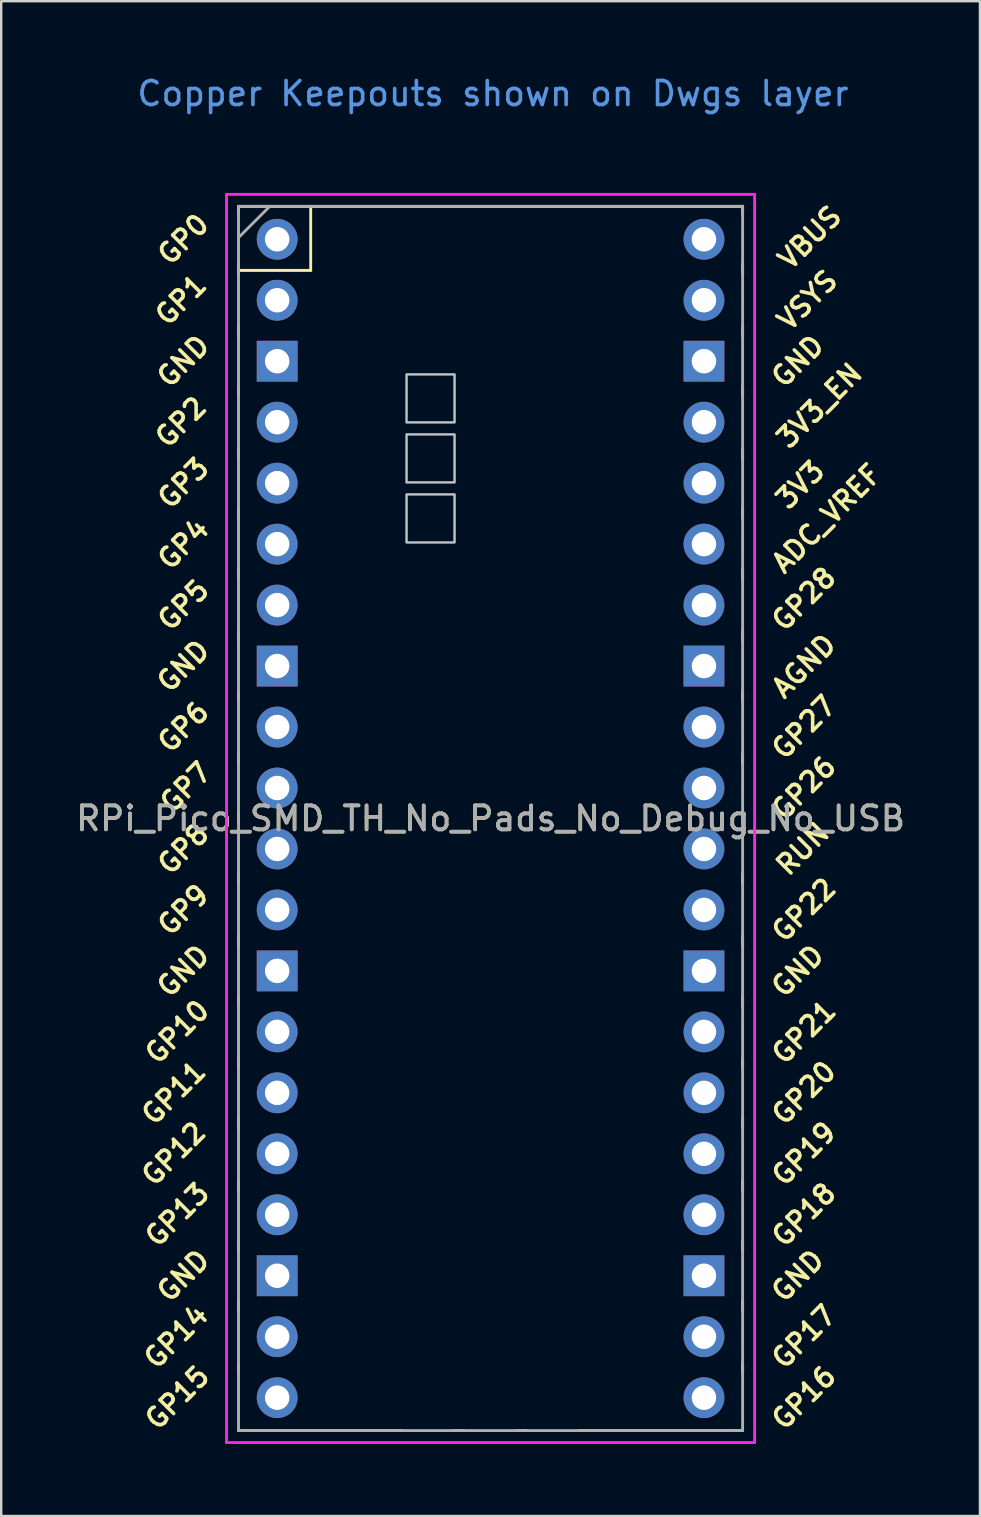
<source format=kicad_pcb>
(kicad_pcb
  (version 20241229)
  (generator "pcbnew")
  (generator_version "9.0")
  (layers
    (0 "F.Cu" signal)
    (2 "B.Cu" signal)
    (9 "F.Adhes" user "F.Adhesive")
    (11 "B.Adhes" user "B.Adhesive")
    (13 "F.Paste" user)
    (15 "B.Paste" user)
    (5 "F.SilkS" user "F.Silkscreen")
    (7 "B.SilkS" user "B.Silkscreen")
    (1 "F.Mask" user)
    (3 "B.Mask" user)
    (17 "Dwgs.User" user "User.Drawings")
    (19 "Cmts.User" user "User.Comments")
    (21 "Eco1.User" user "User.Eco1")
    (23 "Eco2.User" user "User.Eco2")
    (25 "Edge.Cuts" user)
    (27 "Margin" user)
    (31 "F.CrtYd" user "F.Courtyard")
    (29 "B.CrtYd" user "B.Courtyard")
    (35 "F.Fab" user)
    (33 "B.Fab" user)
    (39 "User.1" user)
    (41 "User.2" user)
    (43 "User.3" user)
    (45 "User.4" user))
  (footprint "RPi_Pico_SMD_TH_No_Pads_No_Debug_No_USB"
    (layer "F.Cu")
    (at 17.387 31.048)
    (property "Reference" "RPi_Pico_SMD_TH_No_Pads_No_Debug_No_USB" (at 0 0 0) (layer "F.SilkS") (effects (font (size 1 1) (thickness 0.15))))
    (attr through_hole)
    (fp_line (start -10.5 -25.5) (end -10.5 -25.2) (stroke (width 0.12) (type solid)) (layer "F.SilkS"))
    (fp_line (start -10.5 -25.5) (end 10.5 -25.5) (stroke (width 0.12) (type solid)) (layer "F.SilkS"))
    (fp_line (start -10.5 -23.1) (end -10.5 -22.7) (stroke (width 0.12) (type solid)) (layer "F.SilkS"))
    (fp_line (start -10.5 -22.833) (end -7.493 -22.833) (stroke (width 0.12) (type solid)) (layer "F.SilkS"))
    (fp_line (start -10.5 -20.5) (end -10.5 -20.1) (stroke (width 0.12) (type solid)) (layer "F.SilkS"))
    (fp_line (start -10.5 -18) (end -10.5 -17.6) (stroke (width 0.12) (type solid)) (layer "F.SilkS"))
    (fp_line (start -10.5 -15.4) (end -10.5 -15) (stroke (width 0.12) (type solid)) (layer "F.SilkS"))
    (fp_line (start -10.5 -12.9) (end -10.5 -12.5) (stroke (width 0.12) (type solid)) (layer "F.SilkS"))
    (fp_line (start -10.5 -10.4) (end -10.5 -10) (stroke (width 0.12) (type solid)) (layer "F.SilkS"))
    (fp_line (start -10.5 -7.8) (end -10.5 -7.4) (stroke (width 0.12) (type solid)) (layer "F.SilkS"))
    (fp_line (start -10.5 -5.3) (end -10.5 -4.9) (stroke (width 0.12) (type solid)) (layer "F.SilkS"))
    (fp_line (start -10.5 -2.7) (end -10.5 -2.3) (stroke (width 0.12) (type solid)) (layer "F.SilkS"))
    (fp_line (start -10.5 -0.2) (end -10.5 0.2) (stroke (width 0.12) (type solid)) (layer "F.SilkS"))
    (fp_line (start -10.5 2.3) (end -10.5 2.7) (stroke (width 0.12) (type solid)) (layer "F.SilkS"))
    (fp_line (start -10.5 4.9) (end -10.5 5.3) (stroke (width 0.12) (type solid)) (layer "F.SilkS"))
    (fp_line (start -10.5 7.4) (end -10.5 7.8) (stroke (width 0.12) (type solid)) (layer "F.SilkS"))
    (fp_line (start -10.5 10) (end -10.5 10.4) (stroke (width 0.12) (type solid)) (layer "F.SilkS"))
    (fp_line (start -10.5 12.5) (end -10.5 12.9) (stroke (width 0.12) (type solid)) (layer "F.SilkS"))
    (fp_line (start -10.5 15.1) (end -10.5 15.5) (stroke (width 0.12) (type solid)) (layer "F.SilkS"))
    (fp_line (start -10.5 17.6) (end -10.5 18) (stroke (width 0.12) (type solid)) (layer "F.SilkS"))
    (fp_line (start -10.5 20.1) (end -10.5 20.5) (stroke (width 0.12) (type solid)) (layer "F.SilkS"))
    (fp_line (start -10.5 22.7) (end -10.5 23.1) (stroke (width 0.12) (type solid)) (layer "F.SilkS"))
    (fp_line (start -7.493 -22.833) (end -7.493 -25.5) (stroke (width 0.12) (type solid)) (layer "F.SilkS"))
    (fp_line (start -3.7 25.5) (end -10.5 25.5) (stroke (width 0.12) (type solid)) (layer "F.SilkS"))
    (fp_line (start -1.5 25.5) (end -1.1 25.5) (stroke (width 0.12) (type solid)) (layer "F.SilkS"))
    (fp_line (start 1.1 25.5) (end 1.5 25.5) (stroke (width 0.12) (type solid)) (layer "F.SilkS"))
    (fp_line (start 10.5 -25.5) (end 10.5 -25.2) (stroke (width 0.12) (type solid)) (layer "F.SilkS"))
    (fp_line (start 10.5 -23.1) (end 10.5 -22.7) (stroke (width 0.12) (type solid)) (layer "F.SilkS"))
    (fp_line (start 10.5 -20.5) (end 10.5 -20.1) (stroke (width 0.12) (type solid)) (layer "F.SilkS"))
    (fp_line (start 10.5 -18) (end 10.5 -17.6) (stroke (width 0.12) (type solid)) (layer "F.SilkS"))
    (fp_line (start 10.5 -15.4) (end 10.5 -15) (stroke (width 0.12) (type solid)) (layer "F.SilkS"))
    (fp_line (start 10.5 -12.9) (end 10.5 -12.5) (stroke (width 0.12) (type solid)) (layer "F.SilkS"))
    (fp_line (start 10.5 -10.4) (end 10.5 -10) (stroke (width 0.12) (type solid)) (layer "F.SilkS"))
    (fp_line (start 10.5 -7.8) (end 10.5 -7.4) (stroke (width 0.12) (type solid)) (layer "F.SilkS"))
    (fp_line (start 10.5 -5.3) (end 10.5 -4.9) (stroke (width 0.12) (type solid)) (layer "F.SilkS"))
    (fp_line (start 10.5 -2.7) (end 10.5 -2.3) (stroke (width 0.12) (type solid)) (layer "F.SilkS"))
    (fp_line (start 10.5 -0.2) (end 10.5 0.2) (stroke (width 0.12) (type solid)) (layer "F.SilkS"))
    (fp_line (start 10.5 2.3) (end 10.5 2.7) (stroke (width 0.12) (type solid)) (layer "F.SilkS"))
    (fp_line (start 10.5 4.9) (end 10.5 5.3) (stroke (width 0.12) (type solid)) (layer "F.SilkS"))
    (fp_line (start 10.5 7.4) (end 10.5 7.8) (stroke (width 0.12) (type solid)) (layer "F.SilkS"))
    (fp_line (start 10.5 10) (end 10.5 10.4) (stroke (width 0.12) (type solid)) (layer "F.SilkS"))
    (fp_line (start 10.5 12.5) (end 10.5 12.9) (stroke (width 0.12) (type solid)) (layer "F.SilkS"))
    (fp_line (start 10.5 15.1) (end 10.5 15.5) (stroke (width 0.12) (type solid)) (layer "F.SilkS"))
    (fp_line (start 10.5 17.6) (end 10.5 18) (stroke (width 0.12) (type solid)) (layer "F.SilkS"))
    (fp_line (start 10.5 20.1) (end 10.5 20.5) (stroke (width 0.12) (type solid)) (layer "F.SilkS"))
    (fp_line (start 10.5 22.7) (end 10.5 23.1) (stroke (width 0.12) (type solid)) (layer "F.SilkS"))
    (fp_line (start 10.5 25.5) (end 3.7 25.5) (stroke (width 0.12) (type solid)) (layer "F.SilkS"))
    (fp_poly (pts (xy -1.5 -16.5) (xy -3.5 -16.5) (xy -3.5 -18.5) (xy -1.5 -18.5)) (stroke (width 0.1) (type solid)) (fill no) (layer "Dwgs.User"))
    (fp_poly (pts (xy -1.5 -14) (xy -3.5 -14) (xy -3.5 -16) (xy -1.5 -16)) (stroke (width 0.1) (type solid)) (fill no) (layer "Dwgs.User"))
    (fp_poly (pts (xy -1.5 -11.5) (xy -3.5 -11.5) (xy -3.5 -13.5) (xy -1.5 -13.5)) (stroke (width 0.1) (type solid)) (fill no) (layer "Dwgs.User"))
    (fp_line (start -11 -26) (end 11 -26) (stroke (width 0.12) (type solid)) (layer "F.CrtYd"))
    (fp_line (start -11 26) (end -11 -26) (stroke (width 0.12) (type solid)) (layer "F.CrtYd"))
    (fp_line (start 11 -26) (end 11 26) (stroke (width 0.12) (type solid)) (layer "F.CrtYd"))
    (fp_line (start 11 26) (end -11 26) (stroke (width 0.12) (type solid)) (layer "F.CrtYd"))
    (fp_line (start -10.5 -25.5) (end 10.5 -25.5) (stroke (width 0.12) (type solid)) (layer "F.Fab"))
    (fp_line (start -10.5 -24.2) (end -9.2 -25.5) (stroke (width 0.12) (type solid)) (layer "F.Fab"))
    (fp_line (start -10.5 25.5) (end -10.5 -25.5) (stroke (width 0.12) (type solid)) (layer "F.Fab"))
    (fp_line (start 10.5 -25.5) (end 10.5 25.5) (stroke (width 0.12) (type solid)) (layer "F.Fab"))
    (fp_line (start 10.5 25.5) (end -10.5 25.5) (stroke (width 0.12) (type solid)) (layer "F.Fab"))
    (fp_text user "VSYS" (at 13.2 -21.59 45) (layer "F.SilkS") (effects (font (size 0.8 0.8) (thickness 0.15))))
    (fp_text user "GP4" (at -12.8 -11.43 45) (layer "F.SilkS") (effects (font (size 0.8 0.8) (thickness 0.15))))
    (fp_text user "GP12" (at -13.2 13.97 45) (layer "F.SilkS") (effects (font (size 0.8 0.8) (thickness 0.15))))
    (fp_text user "GP15" (at -13.054 24.13 45) (layer "F.SilkS") (effects (font (size 0.8 0.8) (thickness 0.15))))
    (fp_text user "GP16" (at 13.054 24.13 45) (layer "F.SilkS") (effects (font (size 0.8 0.8) (thickness 0.15))))
    (fp_text user "GP8" (at -12.8 1.27 45) (layer "F.SilkS") (effects (font (size 0.8 0.8) (thickness 0.15))))
    (fp_text user "GND" (at 12.8 19.05 45) (layer "F.SilkS") (effects (font (size 0.8 0.8) (thickness 0.15))))
    (fp_text user "GND" (at 12.8 -19.05 45) (layer "F.SilkS") (effects (font (size 0.8 0.8) (thickness 0.15))))
    (fp_text user "GP20" (at 13.054 11.43 45) (layer "F.SilkS") (effects (font (size 0.8 0.8) (thickness 0.15))))
    (fp_text user "GND" (at -12.8 -19.05 45) (layer "F.SilkS") (effects (font (size 0.8 0.8) (thickness 0.15))))
    (fp_text user "GP17" (at 13.054 21.59 45) (layer "F.SilkS") (effects (font (size 0.8 0.8) (thickness 0.15))))
    (fp_text user "GP13" (at -13.054 16.51 45) (layer "F.SilkS") (effects (font (size 0.8 0.8) (thickness 0.15))))
    (fp_text user "GP18" (at 13.054 16.51 45) (layer "F.SilkS") (effects (font (size 0.8 0.8) (thickness 0.15))))
    (fp_text user "GP26" (at 13.054 -1.27 45) (layer "F.SilkS") (effects (font (size 0.8 0.8) (thickness 0.15))))
    (fp_text user "RUN" (at 13 1.27 45) (layer "F.SilkS") (effects (font (size 0.8 0.8) (thickness 0.15))))
    (fp_text user "GP6" (at -12.8 -3.81 45) (layer "F.SilkS") (effects (font (size 0.8 0.8) (thickness 0.15))))
    (fp_text user "GP19" (at 13.054 13.97 45) (layer "F.SilkS") (effects (font (size 0.8 0.8) (thickness 0.15))))
    (fp_text user "VBUS" (at 13.3 -24.2 45) (layer "F.SilkS") (effects (font (size 0.8 0.8) (thickness 0.15))))
    (fp_text user "AGND" (at 13.054 -6.35 45) (layer "F.SilkS") (effects (font (size 0.8 0.8) (thickness 0.15))))
    (fp_text user "GND" (at 12.8 6.35 45) (layer "F.SilkS") (effects (font (size 0.8 0.8) (thickness 0.15))))
    (fp_text user "GP7" (at -12.7 -1.3 45) (layer "F.SilkS") (effects (font (size 0.8 0.8) (thickness 0.15))))
    (fp_text user "GP3" (at -12.8 -13.97 45) (layer "F.SilkS") (effects (font (size 0.8 0.8) (thickness 0.15))))
    (fp_text user "3V3" (at 12.9 -13.9 45) (layer "F.SilkS") (effects (font (size 0.8 0.8) (thickness 0.15))))
    (fp_text user "GP11" (at -13.2 11.43 45) (layer "F.SilkS") (effects (font (size 0.8 0.8) (thickness 0.15))))
    (fp_text user "GND" (at -12.8 19.05 45) (layer "F.SilkS") (effects (font (size 0.8 0.8) (thickness 0.15))))
    (fp_text user "GND" (at -12.8 6.35 45) (layer "F.SilkS") (effects (font (size 0.8 0.8) (thickness 0.15))))
    (fp_text user "GND" (at -12.8 -6.35 45) (layer "F.SilkS") (effects (font (size 0.8 0.8) (thickness 0.15))))
    (fp_text user "ADC_VREF" (at 14 -12.5 45) (layer "F.SilkS") (effects (font (size 0.8 0.8) (thickness 0.15))))
    (fp_text user "GP27" (at 13.054 -3.8 45) (layer "F.SilkS") (effects (font (size 0.8 0.8) (thickness 0.15))))
    (fp_text user "GP2" (at -12.9 -16.51 45) (layer "F.SilkS") (effects (font (size 0.8 0.8) (thickness 0.15))))
    (fp_text user "GP22" (at 13.054 3.81 45) (layer "F.SilkS") (effects (font (size 0.8 0.8) (thickness 0.15))))
    (fp_text user "GP10" (at -13.054 8.89 45) (layer "F.SilkS") (effects (font (size 0.8 0.8) (thickness 0.15))))
    (fp_text user "GP1" (at -12.9 -21.6 45) (layer "F.SilkS") (effects (font (size 0.8 0.8) (thickness 0.15))))
    (fp_text user "GP5" (at -12.8 -8.89 45) (layer "F.SilkS") (effects (font (size 0.8 0.8) (thickness 0.15))))
    (fp_text user "GP9" (at -12.8 3.81 45) (layer "F.SilkS") (effects (font (size 0.8 0.8) (thickness 0.15))))
    (fp_text user "GP0" (at -12.8 -24.13 45) (layer "F.SilkS") (effects (font (size 0.8 0.8) (thickness 0.15))))
    (fp_text user "GP28" (at 13.054 -9.144 45) (layer "F.SilkS") (effects (font (size 0.8 0.8) (thickness 0.15))))
    (fp_text user "3V3_EN" (at 13.7 -17.2 45) (layer "F.SilkS") (effects (font (size 0.8 0.8) (thickness 0.15))))
    (fp_text user "GP14" (at -13.1 21.59 45) (layer "F.SilkS") (effects (font (size 0.8 0.8) (thickness 0.15))))
    (fp_text user "GP21" (at 13.054 8.9 45) (layer "F.SilkS") (effects (font (size 0.8 0.8) (thickness 0.15))))
    (fp_text user "Copper Keepouts shown on Dwgs layer" (at 0.1 -30.2 0) (layer "Cmts.User") (effects (font (size 1 1) (thickness 0.15))))
    (fp_text user "${REFERENCE}" (at 0 0 0) (layer "F.Fab") (effects (font (size 1 1) (thickness 0.15))))
    (pad "1" thru_hole oval (at -8.89 -24.13) (size 1.7 1.7) (drill 1.02) (layers "*.Cu" "*.Mask"))
    (pad "2" thru_hole oval (at -8.89 -21.59) (size 1.7 1.7) (drill 1.02) (layers "*.Cu" "*.Mask"))
    (pad "3" thru_hole rect (at -8.89 -19.05) (size 1.7 1.7) (drill 1.02) (layers "*.Cu" "*.Mask"))
    (pad "4" thru_hole oval (at -8.89 -16.51) (size 1.7 1.7) (drill 1.02) (layers "*.Cu" "*.Mask"))
    (pad "5" thru_hole oval (at -8.89 -13.97) (size 1.7 1.7) (drill 1.02) (layers "*.Cu" "*.Mask"))
    (pad "6" thru_hole oval (at -8.89 -11.43) (size 1.7 1.7) (drill 1.02) (layers "*.Cu" "*.Mask"))
    (pad "7" thru_hole oval (at -8.89 -8.89) (size 1.7 1.7) (drill 1.02) (layers "*.Cu" "*.Mask"))
    (pad "8" thru_hole rect (at -8.89 -6.35) (size 1.7 1.7) (drill 1.02) (layers "*.Cu" "*.Mask"))
    (pad "9" thru_hole oval (at -8.89 -3.81) (size 1.7 1.7) (drill 1.02) (layers "*.Cu" "*.Mask"))
    (pad "10" thru_hole oval (at -8.89 -1.27) (size 1.7 1.7) (drill 1.02) (layers "*.Cu" "*.Mask"))
    (pad "11" thru_hole oval (at -8.89 1.27) (size 1.7 1.7) (drill 1.02) (layers "*.Cu" "*.Mask"))
    (pad "12" thru_hole oval (at -8.89 3.81) (size 1.7 1.7) (drill 1.02) (layers "*.Cu" "*.Mask"))
    (pad "13" thru_hole rect (at -8.89 6.35) (size 1.7 1.7) (drill 1.02) (layers "*.Cu" "*.Mask"))
    (pad "14" thru_hole oval (at -8.89 8.89) (size 1.7 1.7) (drill 1.02) (layers "*.Cu" "*.Mask"))
    (pad "15" thru_hole oval (at -8.89 11.43) (size 1.7 1.7) (drill 1.02) (layers "*.Cu" "*.Mask"))
    (pad "16" thru_hole oval (at -8.89 13.97) (size 1.7 1.7) (drill 1.02) (layers "*.Cu" "*.Mask"))
    (pad "17" thru_hole oval (at -8.89 16.51) (size 1.7 1.7) (drill 1.02) (layers "*.Cu" "*.Mask"))
    (pad "18" thru_hole rect (at -8.89 19.05) (size 1.7 1.7) (drill 1.02) (layers "*.Cu" "*.Mask"))
    (pad "19" thru_hole oval (at -8.89 21.59) (size 1.7 1.7) (drill 1.02) (layers "*.Cu" "*.Mask"))
    (pad "20" thru_hole oval (at -8.89 24.13) (size 1.7 1.7) (drill 1.02) (layers "*.Cu" "*.Mask"))
    (pad "21" thru_hole oval (at 8.89 24.13) (size 1.7 1.7) (drill 1.02) (layers "*.Cu" "*.Mask"))
    (pad "22" thru_hole oval (at 8.89 21.59) (size 1.7 1.7) (drill 1.02) (layers "*.Cu" "*.Mask"))
    (pad "23" thru_hole rect (at 8.89 19.05) (size 1.7 1.7) (drill 1.02) (layers "*.Cu" "*.Mask"))
    (pad "24" thru_hole oval (at 8.89 16.51) (size 1.7 1.7) (drill 1.02) (layers "*.Cu" "*.Mask"))
    (pad "25" thru_hole oval (at 8.89 13.97) (size 1.7 1.7) (drill 1.02) (layers "*.Cu" "*.Mask"))
    (pad "26" thru_hole oval (at 8.89 11.43) (size 1.7 1.7) (drill 1.02) (layers "*.Cu" "*.Mask"))
    (pad "27" thru_hole oval (at 8.89 8.89) (size 1.7 1.7) (drill 1.02) (layers "*.Cu" "*.Mask"))
    (pad "28" thru_hole rect (at 8.89 6.35) (size 1.7 1.7) (drill 1.02) (layers "*.Cu" "*.Mask"))
    (pad "29" thru_hole oval (at 8.89 3.81) (size 1.7 1.7) (drill 1.02) (layers "*.Cu" "*.Mask"))
    (pad "30" thru_hole oval (at 8.89 1.27) (size 1.7 1.7) (drill 1.02) (layers "*.Cu" "*.Mask"))
    (pad "31" thru_hole oval (at 8.89 -1.27) (size 1.7 1.7) (drill 1.02) (layers "*.Cu" "*.Mask"))
    (pad "32" thru_hole oval (at 8.89 -3.81) (size 1.7 1.7) (drill 1.02) (layers "*.Cu" "*.Mask"))
    (pad "33" thru_hole rect (at 8.89 -6.35) (size 1.7 1.7) (drill 1.02) (layers "*.Cu" "*.Mask"))
    (pad "34" thru_hole oval (at 8.89 -8.89) (size 1.7 1.7) (drill 1.02) (layers "*.Cu" "*.Mask"))
    (pad "35" thru_hole oval (at 8.89 -11.43) (size 1.7 1.7) (drill 1.02) (layers "*.Cu" "*.Mask"))
    (pad "36" thru_hole oval (at 8.89 -13.97) (size 1.7 1.7) (drill 1.02) (layers "*.Cu" "*.Mask"))
    (pad "37" thru_hole oval (at 8.89 -16.51) (size 1.7 1.7) (drill 1.02) (layers "*.Cu" "*.Mask"))
    (pad "38" thru_hole rect (at 8.89 -19.05) (size 1.7 1.7) (drill 1.02) (layers "*.Cu" "*.Mask"))
    (pad "39" thru_hole oval (at 8.89 -21.59) (size 1.7 1.7) (drill 1.02) (layers "*.Cu" "*.Mask"))
    (pad "40" thru_hole oval (at 8.89 -24.13) (size 1.7 1.7) (drill 1.02) (layers "*.Cu" "*.Mask")))
  (gr_rect
    (start -3 -3)
    (end 37.774 60.108)
    (stroke (width 0.1) (type default))
    (fill no)
    (layer "Edge.Cuts")))
</source>
